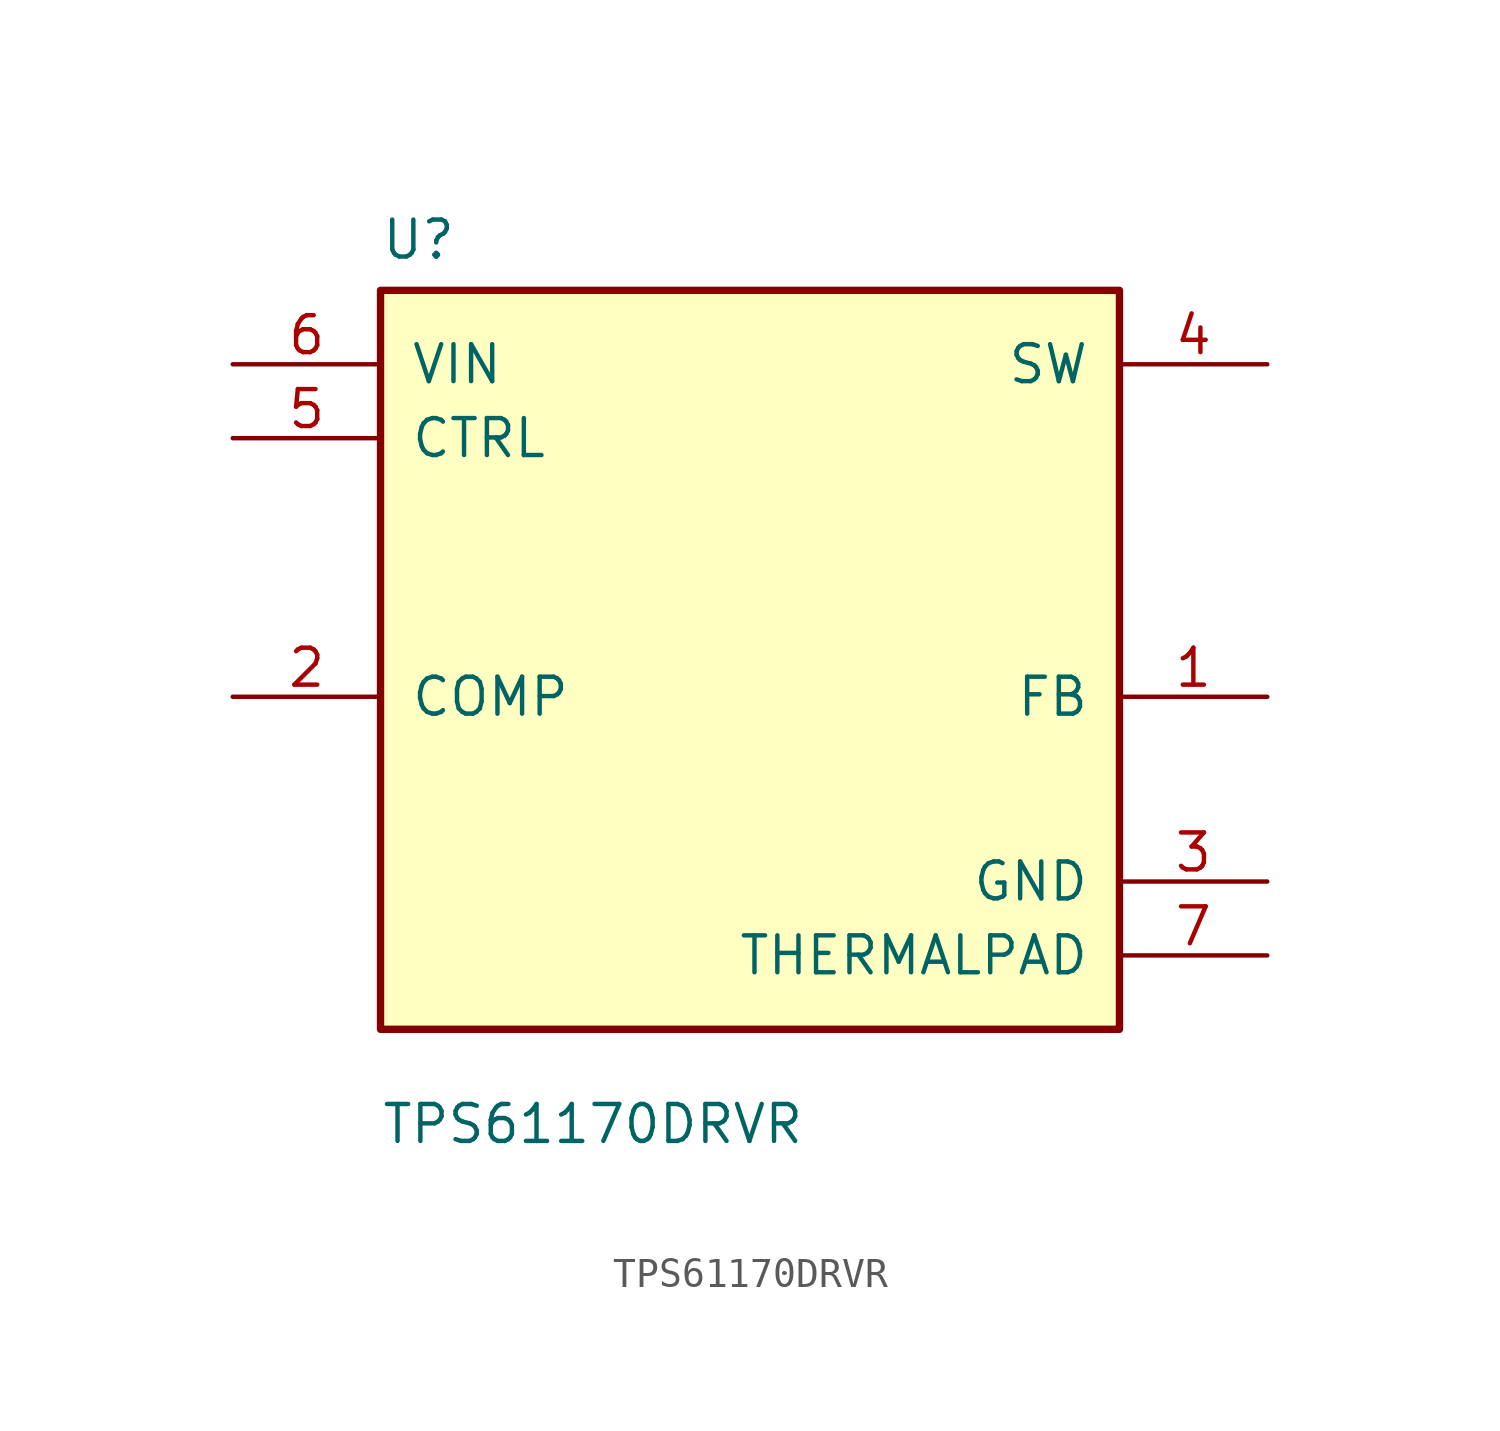
<source format=kicad_sym>
(kicad_symbol_lib
  (version 20220914)
  (generator kicad_symbol_editor)
  (symbol "TPS61170DRVR"
    (pin_names
      (offset 1.016))
    (property "Reference" "U"
      (at -12.7 13.7 0)
      (effects (font (size 1.27 1.27)) (justify left bottom)))
    (property "Value" "TPS61170DRVR"
      (at -12.7 -16.7 0)
      (effects (font (size 1.27 1.27)) (justify left bottom)))
    (symbol "TPS61170DRVR_1_0"
      (rectangle (start -12.7 12.7) (end 12.7 -12.7) (stroke (width 0.254) (type default)) (fill (type background)))
      (pin input line (at 17.78 -1.27 180) (length 5.08) (name "FB" (effects (font (size 1.27 1.27)))) (number "1" (effects (font (size 1.27 1.27)))))
      (pin output line (at -17.78 -1.27 0) (length 5.08) (name "COMP" (effects (font (size 1.27 1.27)))) (number "2" (effects (font (size 1.27 1.27)))))
      (pin power_in line (at 17.78 -7.62 180) (length 5.08) (name "GND" (effects (font (size 1.27 1.27)))) (number "3" (effects (font (size 1.27 1.27)))))
      (pin input line (at 17.78 10.16 180) (length 5.08) (name "SW" (effects (font (size 1.27 1.27)))) (number "4" (effects (font (size 1.27 1.27)))))
      (pin input line (at -17.78 7.62 0) (length 5.08) (name "CTRL" (effects (font (size 1.27 1.27)))) (number "5" (effects (font (size 1.27 1.27)))))
      (pin input line (at -17.78 10.16 0) (length 5.08) (name "VIN" (effects (font (size 1.27 1.27)))) (number "6" (effects (font (size 1.27 1.27)))))
      (pin bidirectional line (at 17.78 -10.16 180) (length 5.08) (name "THERMALPAD" (effects (font (size 1.27 1.27)))) (number "7" (effects (font (size 1.27 1.27))))))))
</source>
